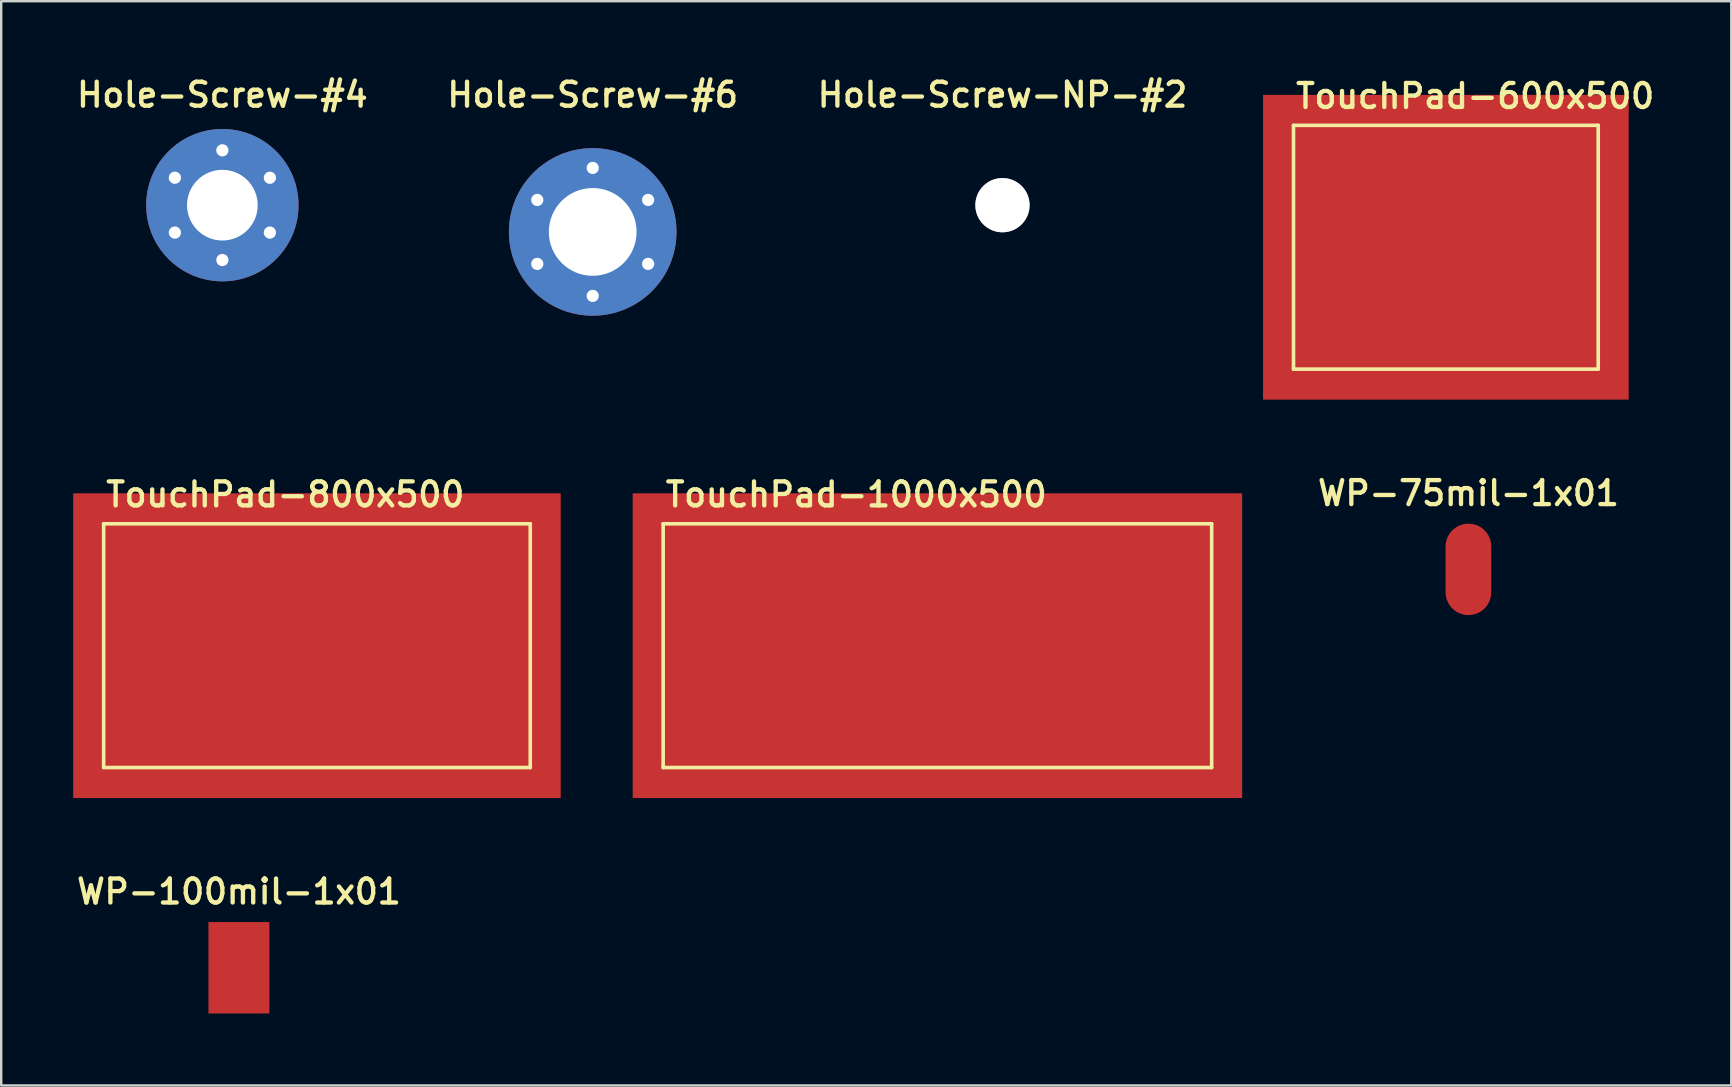
<source format=kicad_pcb>
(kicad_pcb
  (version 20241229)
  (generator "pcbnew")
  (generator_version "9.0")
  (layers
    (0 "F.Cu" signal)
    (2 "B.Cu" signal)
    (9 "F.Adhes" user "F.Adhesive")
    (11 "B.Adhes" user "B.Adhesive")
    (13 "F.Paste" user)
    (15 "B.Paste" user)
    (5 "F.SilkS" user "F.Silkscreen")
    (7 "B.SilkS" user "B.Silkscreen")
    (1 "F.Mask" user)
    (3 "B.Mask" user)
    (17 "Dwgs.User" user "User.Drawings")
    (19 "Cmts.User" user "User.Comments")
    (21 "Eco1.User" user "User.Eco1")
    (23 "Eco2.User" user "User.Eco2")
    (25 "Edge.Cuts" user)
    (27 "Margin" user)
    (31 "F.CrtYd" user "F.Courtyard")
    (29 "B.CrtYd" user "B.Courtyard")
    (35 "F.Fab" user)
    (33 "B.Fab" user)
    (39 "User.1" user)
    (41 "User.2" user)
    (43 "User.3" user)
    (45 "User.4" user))
  (footprint "Hole-Screw-#6"
    (layer "F.Cu")
    (at 21.653 6.616)
    (property "Reference" "Hole-Screw-#6" (at 0 -5.715 0) (layer "F.SilkS") (effects (font (size 1 1) (thickness 0.18))))
    (attr exclude_from_pos_files exclude_from_bom)
    (pad "P" thru_hole circle (at -2.31 -1.333 60) (size 1.016 1.016) (drill 0.508) (layers "*.Cu"))
    (pad "P" thru_hole circle (at -2.31 1.333 120) (size 1.016 1.016) (drill 0.508) (layers "*.Cu"))
    (pad "P" thru_hole circle (at 0 -2.667) (size 1.016 1.016) (drill 0.508) (layers "*.Cu"))
    (pad "P" thru_hole circle (at 0 0) (size 6.985 6.985) (drill 3.658) (layers "*.Cu" "*.Mask"))
    (pad "P" thru_hole circle (at 0 2.667 180) (size 1.016 1.016) (drill 0.508) (layers "*.Cu"))
    (pad "P" thru_hole circle (at 2.31 -1.333 300) (size 1.016 1.016) (drill 0.508) (layers "*.Cu"))
    (pad "P" thru_hole circle (at 2.31 1.333 240) (size 1.016 1.016) (drill 0.508) (layers "*.Cu")))
  (footprint "TouchPad-600x500"
    (layer "F.Cu")
    (at 57.211 7.255)
    (property "Reference" "TouchPad-600x500" (at -6.35 -5.715 0) (layer "F.SilkS") (effects (font (size 1 1) (thickness 0.18)) (justify left bottom)))
    (attr through_hole)
    (fp_line (start -6.35 -5.08) (end 6.35 -5.08) (stroke (width 0.15) (type solid)) (layer "F.SilkS"))
    (fp_line (start -6.35 5.08) (end -6.35 -5.08) (stroke (width 0.15) (type solid)) (layer "F.SilkS"))
    (fp_line (start 6.35 -5.08) (end 6.35 5.08) (stroke (width 0.15) (type solid)) (layer "F.SilkS"))
    (fp_line (start 6.35 5.08) (end -6.35 5.08) (stroke (width 0.15) (type solid)) (layer "F.SilkS"))
    (pad "1" smd rect (at 0 0) (size 15.24 12.7) (layers "F.Cu")))
  (footprint "Hole-Screw-NP-#2"
    (layer "F.Cu")
    (at 38.731 5.501)
    (property "Reference" "Hole-Screw-NP-#2" (at 0 -4.6 0) (layer "F.SilkS") (effects (font (size 1 1) (thickness 0.18))))
    (attr exclude_from_pos_files exclude_from_bom)
    (pad "P" thru_hole circle (at 0 0) (size 2.261 2.261) (drill 2.261) (layers "*.Cu" "*.Mask")))
  (footprint "WP-75mil-1x01"
    (layer "F.Cu")
    (at 58.152 20.681)
    (property "Reference" "WP-75mil-1x01" (at 0 -3.175 0) (layer "F.SilkS") (effects (font (size 1 1) (thickness 0.18))))
    (attr exclude_from_pos_files exclude_from_bom)
    (pad "1" smd oval (at 0 0) (size 1.905 3.81) (layers "F.Cu" "F.Mask" "F.Paste")))
  (footprint "TouchPad-800x500"
    (layer "F.Cu")
    (at 10.16 23.86)
    (property "Reference" "TouchPad-800x500" (at -8.89 -5.715 0) (layer "F.SilkS") (effects (font (size 1 1) (thickness 0.18)) (justify left bottom)))
    (attr through_hole)
    (fp_line (start -8.89 -5.08) (end 8.89 -5.08) (stroke (width 0.15) (type solid)) (layer "F.SilkS"))
    (fp_line (start -8.89 5.08) (end -8.89 -5.08) (stroke (width 0.15) (type solid)) (layer "F.SilkS"))
    (fp_line (start 8.89 -5.08) (end 8.89 5.08) (stroke (width 0.15) (type solid)) (layer "F.SilkS"))
    (fp_line (start 8.89 5.08) (end -8.89 5.08) (stroke (width 0.15) (type solid)) (layer "F.SilkS"))
    (pad "1" smd rect (at 0 0) (size 20.32 12.7) (layers "F.Cu")))
  (footprint "WP-100mil-1x01"
    (layer "F.Cu")
    (at 6.908 37.286)
    (property "Reference" "WP-100mil-1x01" (at 0 -3.175 0) (layer "F.SilkS") (effects (font (size 1 1) (thickness 0.18))))
    (attr exclude_from_pos_files exclude_from_bom)
    (pad "1" smd rect (at 0 0) (size 2.54 3.81) (layers "F.Cu" "F.Mask" "F.Paste")))
  (footprint "TouchPad-1000x500"
    (layer "F.Cu")
    (at 36.02 23.86)
    (property "Reference" "TouchPad-1000x500" (at -11.43 -5.715 0) (layer "F.SilkS") (effects (font (size 1 1) (thickness 0.18)) (justify left bottom)))
    (attr through_hole)
    (fp_line (start -11.43 -5.08) (end 11.43 -5.08) (stroke (width 0.15) (type solid)) (layer "F.SilkS"))
    (fp_line (start -11.43 5.08) (end -11.43 -5.08) (stroke (width 0.15) (type solid)) (layer "F.SilkS"))
    (fp_line (start 11.43 -5.08) (end 11.43 5.08) (stroke (width 0.15) (type solid)) (layer "F.SilkS"))
    (fp_line (start 11.43 5.08) (end -11.43 5.08) (stroke (width 0.15) (type solid)) (layer "F.SilkS"))
    (pad "1" smd rect (at 0 0) (size 25.4 12.7) (layers "F.Cu")))
  (footprint "Hole-Screw-#4"
    (layer "F.Cu")
    (at 6.218 5.501)
    (property "Reference" "Hole-Screw-#4" (at 0 -4.6 0) (layer "F.SilkS") (effects (font (size 1 1) (thickness 0.18))))
    (attr exclude_from_pos_files exclude_from_bom)
    (pad "P" thru_hole circle (at -1.98 -1.143 60) (size 1.016 1.016) (drill 0.508) (layers "*.Cu"))
    (pad "P" thru_hole circle (at -1.98 1.143 120) (size 1.016 1.016) (drill 0.508) (layers "*.Cu"))
    (pad "P" thru_hole circle (at 0 -2.286) (size 1.016 1.016) (drill 0.508) (layers "*.Cu"))
    (pad "P" thru_hole circle (at 0 0) (size 6.35 6.35) (drill 2.946) (layers "*.Cu" "*.Mask"))
    (pad "P" thru_hole circle (at 0 2.286 180) (size 1.016 1.016) (drill 0.508) (layers "*.Cu"))
    (pad "P" thru_hole circle (at 1.98 -1.143 300) (size 1.016 1.016) (drill 0.508) (layers "*.Cu"))
    (pad "P" thru_hole circle (at 1.98 1.143 240) (size 1.016 1.016) (drill 0.508) (layers "*.Cu")))
  (gr_rect
    (start -3 -3)
    (end 69.106 42.191)
    (stroke (width 0.1) (type default))
    (fill no)
    (layer "Edge.Cuts")))
</source>
